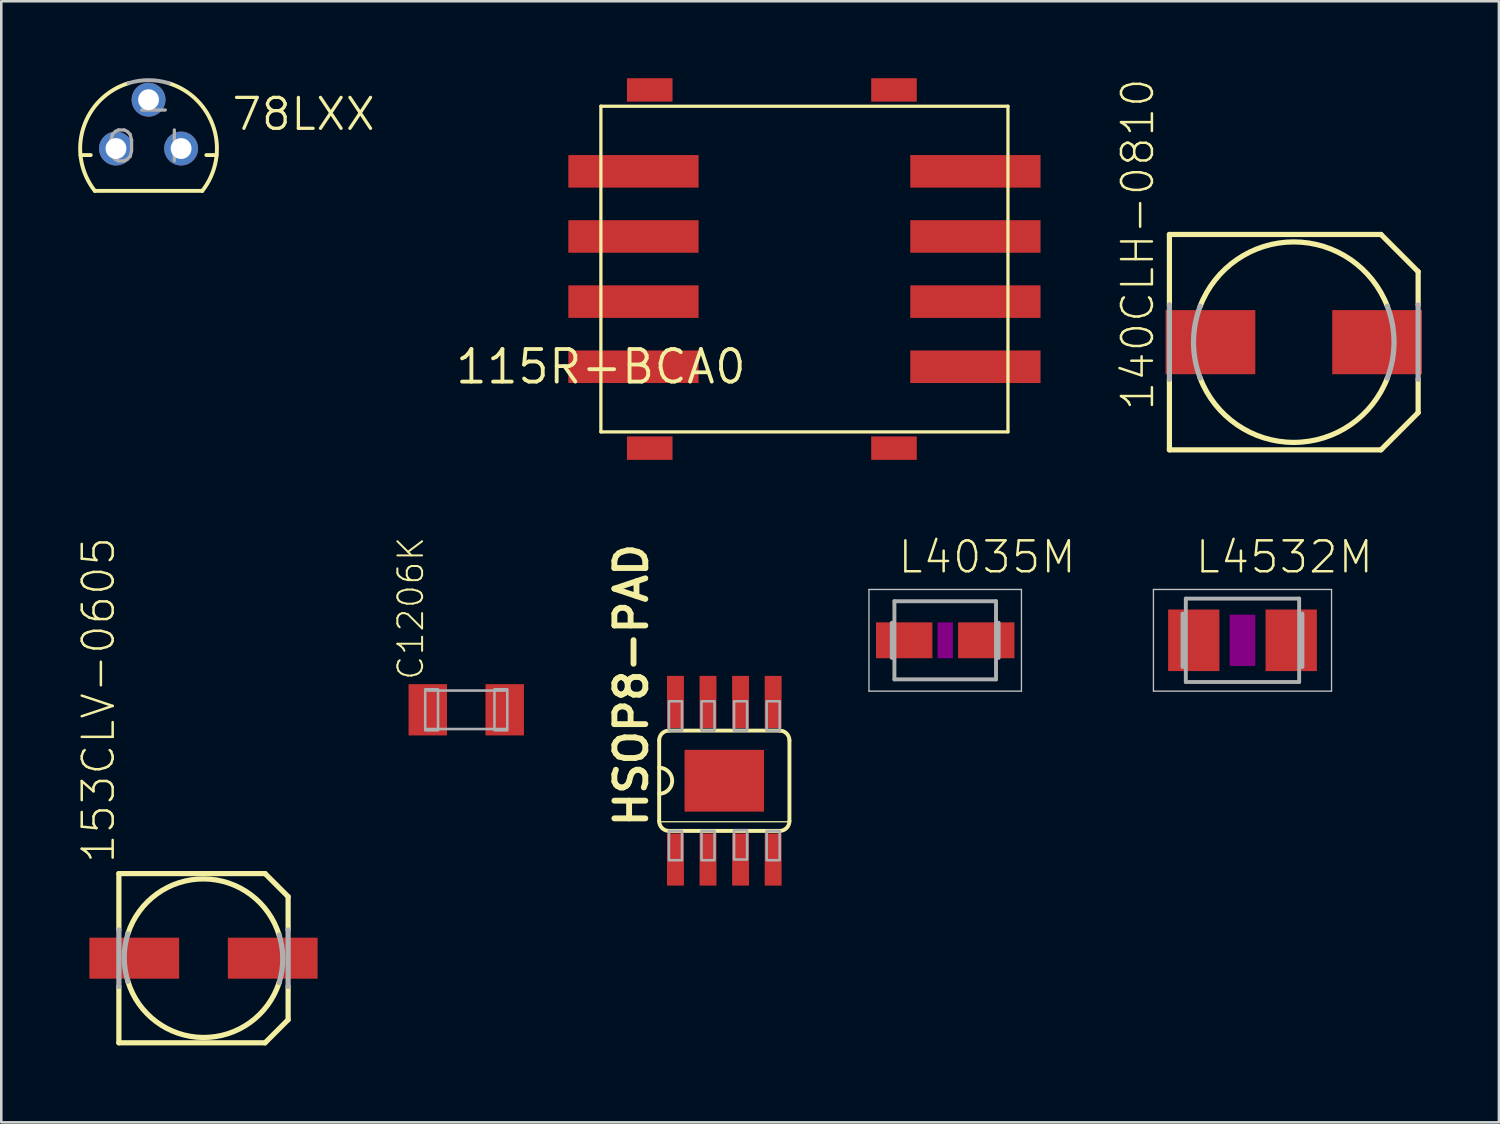
<source format=kicad_pcb>
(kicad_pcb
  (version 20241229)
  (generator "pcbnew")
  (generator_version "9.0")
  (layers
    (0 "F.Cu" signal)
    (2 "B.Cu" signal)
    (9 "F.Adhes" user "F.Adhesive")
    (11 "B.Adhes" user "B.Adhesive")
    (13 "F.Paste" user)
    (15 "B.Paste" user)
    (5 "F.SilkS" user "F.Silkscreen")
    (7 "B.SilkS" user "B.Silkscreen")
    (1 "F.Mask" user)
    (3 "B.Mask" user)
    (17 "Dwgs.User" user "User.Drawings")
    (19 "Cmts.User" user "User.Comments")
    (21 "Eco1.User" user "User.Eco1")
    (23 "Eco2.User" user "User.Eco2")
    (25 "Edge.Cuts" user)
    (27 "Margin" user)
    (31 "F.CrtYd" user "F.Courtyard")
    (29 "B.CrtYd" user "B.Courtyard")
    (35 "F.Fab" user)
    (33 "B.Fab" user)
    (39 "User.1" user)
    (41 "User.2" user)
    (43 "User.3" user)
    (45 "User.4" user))
  (footprint "115R-BCA0"
    (layer "F.Cu")
    (at 20.383 11.252)
    (property "Reference" "115R-BCA0" (at 0 0 0) (layer "F.SilkS") (effects (font (size 1.27 1.27) (thickness 0.15))))
    (attr through_hole)
    (fp_line (start 0 -10.16) (end 0 2.54) (stroke (width 0.127) (type solid)) (layer "F.SilkS"))
    (fp_line (start 0 2.54) (end 15.875 2.54) (stroke (width 0.127) (type solid)) (layer "F.SilkS"))
    (fp_line (start 15.875 -10.16) (end 0 -10.16) (stroke (width 0.127) (type solid)) (layer "F.SilkS"))
    (fp_line (start 15.875 2.54) (end 15.875 -10.16) (stroke (width 0.127) (type solid)) (layer "F.SilkS"))
    (pad "C1" smd rect (at 1.27 0) (size 5.08 1.27) (layers "F.Cu" "F.Mask" "F.Paste"))
    (pad "C2" smd rect (at 1.27 -2.54) (size 5.08 1.27) (layers "F.Cu" "F.Mask" "F.Paste"))
    (pad "C3" smd rect (at 1.27 -5.08) (size 5.08 1.27) (layers "F.Cu" "F.Mask" "F.Paste"))
    (pad "C4" smd rect (at 1.27 -7.62) (size 5.08 1.27) (layers "F.Cu" "F.Mask" "F.Paste"))
    (pad "C5" smd rect (at 14.605 0) (size 5.08 1.27) (layers "F.Cu" "F.Mask" "F.Paste"))
    (pad "C6" smd rect (at 14.605 -2.54) (size 5.08 1.27) (layers "F.Cu" "F.Mask" "F.Paste"))
    (pad "C7" smd rect (at 14.605 -5.08) (size 5.08 1.27) (layers "F.Cu" "F.Mask" "F.Paste"))
    (pad "C8" smd rect (at 14.605 -7.62) (size 5.08 1.27) (layers "F.Cu" "F.Mask" "F.Paste"))
    (pad "P$1" smd rect (at 1.905 -10.795) (size 1.778 0.914) (layers "F.Cu" "F.Mask" "F.Paste"))
    (pad "P$2" smd rect (at 1.905 3.175) (size 1.778 0.914) (layers "F.Cu" "F.Mask" "F.Paste"))
    (pad "P$3" smd rect (at 11.43 3.175) (size 1.778 0.914) (layers "F.Cu" "F.Mask" "F.Paste"))
    (pad "P$4" smd rect (at 11.43 -10.795) (size 1.778 0.914) (layers "F.Cu" "F.Mask" "F.Paste")))
  (footprint "78LXX"
    (layer "F.Cu")
    (at 2.743 2.743)
    (property "Reference" "78LXX" (at 3.175 -0.635 0) (layer "F.SilkS") (effects (font (size 1.206 1.206) (thickness 0.127)) (justify left bottom)))
    (attr through_hole)
    (fp_line (start -2.655 0.254) (end -2.254 0.254) (stroke (width 0.152) (type solid)) (layer "F.SilkS"))
    (fp_line (start -2.095 1.651) (end 2.095 1.651) (stroke (width 0.152) (type solid)) (layer "F.SilkS"))
    (fp_line (start 2.254 0.254) (end 2.655 0.254) (stroke (width 0.152) (type solid)) (layer "F.SilkS"))
    (fp_arc (start -2.0946 1.651) (mid -2.54634 -0.793276) (end -0.786301 -2.548501) (stroke (width 0.1524) (type solid)) (layer "F.SilkS"))
    (fp_arc (start 0.7868 -2.5484) (mid 2.54677 -0.793202) (end 2.095 1.650999) (stroke (width 0.1524) (type solid)) (layer "F.SilkS"))
    (fp_arc (start -0.7863 -2.5485) (mid 0 -2.667043) (end 0.7863 -2.5485) (stroke (width 0.1524) (type solid)) (layer "F.Fab"))
    (fp_text user "O" (at -1.778 0.635 0) (layer "F.Fab") (effects (font (size 1.206 1.206) (thickness 0.127)) (justify left bottom)))
    (fp_text user "I" (at 0.635 0.635 0) (layer "F.Fab") (effects (font (size 1.206 1.206) (thickness 0.127)) (justify left bottom)))
    (fp_text user "-" (at -0.635 -0.889 0) (layer "F.Fab") (effects (font (size 1.206 1.206) (thickness 0.127)) (justify left bottom)))
    (pad "GND" thru_hole circle (at 0 -1.905) (size 1.321 1.321) (drill 0.813) (layers "*.Cu" "*.Mask"))
    (pad "IN" thru_hole circle (at 1.27 0) (size 1.321 1.321) (drill 0.813) (layers "*.Cu" "*.Mask"))
    (pad "OUT" thru_hole circle (at -1.27 0) (size 1.321 1.321) (drill 0.813) (layers "*.Cu" "*.Mask")))
  (footprint "140CLH-0810"
    (layer "F.Cu")
    (at 47.404 10.293)
    (property "Reference" "140CLH-0810" (at -5.38 2.74 90) (layer "F.SilkS") (effects (font (size 1.206 1.206) (thickness 0.097)) (justify left bottom)))
    (attr through_hole)
    (fp_line (start -4.85 -4.2) (end 3.4 -4.2) (stroke (width 0.203) (type solid)) (layer "F.SilkS"))
    (fp_line (start -4.85 -1.45) (end -4.85 -4.2) (stroke (width 0.203) (type solid)) (layer "F.SilkS"))
    (fp_line (start -4.85 4.2) (end -4.85 1.45) (stroke (width 0.203) (type solid)) (layer "F.SilkS"))
    (fp_line (start 3.4 4.2) (end -4.85 4.2) (stroke (width 0.203) (type solid)) (layer "F.SilkS"))
    (fp_line (start 4.85 -2.75) (end 3.4 -4.2) (stroke (width 0.203) (type solid)) (layer "F.SilkS"))
    (fp_line (start 4.85 -2.75) (end 4.85 -1.45) (stroke (width 0.203) (type solid)) (layer "F.SilkS"))
    (fp_line (start 4.85 1.45) (end 4.85 2.75) (stroke (width 0.203) (type solid)) (layer "F.SilkS"))
    (fp_line (start 4.85 2.75) (end 3.4 4.2) (stroke (width 0.203) (type solid)) (layer "F.SilkS"))
    (fp_arc (start -3.65 -1.4) (mid 0 -3.909284) (end 3.65 -1.4) (stroke (width 0.2032) (type solid)) (layer "F.SilkS"))
    (fp_arc (start 3.65 1.4) (mid 0 3.909284) (end -3.65 1.4) (stroke (width 0.2032) (type solid)) (layer "F.SilkS"))
    (fp_line (start -4.85 1.45) (end -4.85 -1.45) (stroke (width 0.203) (type solid)) (layer "F.Fab"))
    (fp_line (start 4.85 -1.45) (end 4.85 1.45) (stroke (width 0.203) (type solid)) (layer "F.Fab"))
    (fp_arc (start -3.65 1.4) (mid -3.909284 0) (end -3.65 -1.4) (stroke (width 0.2032) (type solid)) (layer "F.Fab"))
    (fp_arc (start 3.65 -1.4) (mid 3.909284 0) (end 3.65 1.4) (stroke (width 0.2032) (type solid)) (layer "F.Fab"))
    (pad "+" smd rect (at 3.25 0) (size 3.5 2.5) (layers "F.Cu" "F.Mask" "F.Paste"))
    (pad "-" smd rect (at -3.25 0) (size 3.5 2.5) (layers "F.Cu" "F.Mask" "F.Paste")))
  (footprint "L4035M"
    (layer "F.Cu")
    (at 33.811 21.92)
    (property "Reference" "L4035M" (at -1.905 -2.54 180) (layer "F.SilkS") (effects (font (size 1.206 1.206) (thickness 0.097)) (justify left bottom)))
    (attr through_hole)
    (fp_poly (pts (xy -0.3 0.7) (xy 0.3 0.7) (xy 0.3 -0.7) (xy -0.3 -0.7)) (stroke (width 0) (type solid)) (fill yes) (layer "F.Adhes"))
    (fp_line (start -2.973 -1.983) (end 2.973 -1.983) (stroke (width 0.051) (type solid)) (layer "Dwgs.User"))
    (fp_line (start -2.973 1.983) (end -2.973 -1.983) (stroke (width 0.051) (type solid)) (layer "Dwgs.User"))
    (fp_line (start 2.973 -1.983) (end 2.973 1.983) (stroke (width 0.051) (type solid)) (layer "Dwgs.User"))
    (fp_line (start 2.973 1.983) (end -2.973 1.983) (stroke (width 0.051) (type solid)) (layer "Dwgs.User"))
    (fp_line (start -2.083 -0.686) (end -2.083 0.686) (stroke (width 0.152) (type solid)) (layer "F.Fab"))
    (fp_line (start -1.981 -1.524) (end -1.981 1.524) (stroke (width 0.152) (type solid)) (layer "F.Fab"))
    (fp_line (start -1.981 1.524) (end 1.981 1.524) (stroke (width 0.152) (type solid)) (layer "F.Fab"))
    (fp_line (start 1.981 -1.524) (end -1.981 -1.524) (stroke (width 0.152) (type solid)) (layer "F.Fab"))
    (fp_line (start 1.981 1.524) (end 1.981 -1.524) (stroke (width 0.152) (type solid)) (layer "F.Fab"))
    (fp_line (start 2.083 -0.686) (end 2.083 0.686) (stroke (width 0.152) (type solid)) (layer "F.Fab"))
    (pad "1" smd rect (at -1.6 0) (size 2.2 1.4) (layers "F.Cu" "F.Mask" "F.Paste"))
    (pad "2" smd rect (at 1.6 0) (size 2.2 1.4) (layers "F.Cu" "F.Mask" "F.Paste")))
  (footprint "C1206K"
    (layer "F.Cu")
    (at 15.133 24.63)
    (property "Reference" "C1206K" (at -1.6 -1.1 90) (layer "F.SilkS") (effects (font (size 0.965 0.965) (thickness 0.077)) (justify left bottom)))
    (attr through_hole)
    (fp_line (start -1.525 -0.75) (end 1.525 -0.75) (stroke (width 0.102) (type solid)) (layer "F.Fab"))
    (fp_line (start 1.525 0.75) (end -1.525 0.75) (stroke (width 0.102) (type solid)) (layer "F.Fab"))
    (fp_poly (pts (xy -1.6 0.8) (xy -1.1 0.8) (xy -1.1 -0.8) (xy -1.6 -0.8)) (stroke (width 0.1) (type solid)) (fill no) (layer "F.Fab"))
    (fp_poly (pts (xy 1.1 0.8) (xy 1.6 0.8) (xy 1.6 -0.8) (xy 1.1 -0.8)) (stroke (width 0.1) (type solid)) (fill no) (layer "F.Fab"))
    (pad "1" smd rect (at -1.5 0) (size 1.5 2) (layers "F.Cu" "F.Mask" "F.Paste"))
    (pad "2" smd rect (at 1.5 0) (size 1.5 2) (layers "F.Cu" "F.Mask" "F.Paste")))
  (footprint "L4532M"
    (layer "F.Cu")
    (at 45.404 21.92)
    (property "Reference" "L4532M" (at -1.905 -2.54 0) (layer "F.SilkS") (effects (font (size 1.206 1.206) (thickness 0.097)) (justify left bottom)))
    (attr through_hole)
    (fp_poly (pts (xy -0.5 1) (xy 0.5 1) (xy 0.5 -1) (xy -0.5 -1)) (stroke (width 0) (type solid)) (fill yes) (layer "F.Adhes"))
    (fp_line (start -3.473 -1.983) (end 3.473 -1.983) (stroke (width 0.051) (type solid)) (layer "Dwgs.User"))
    (fp_line (start -3.473 1.983) (end -3.473 -1.983) (stroke (width 0.051) (type solid)) (layer "Dwgs.User"))
    (fp_line (start 3.473 -1.983) (end 3.473 1.983) (stroke (width 0.051) (type solid)) (layer "Dwgs.User"))
    (fp_line (start 3.473 1.983) (end -3.473 1.983) (stroke (width 0.051) (type solid)) (layer "Dwgs.User"))
    (fp_line (start -2.337 -1.041) (end -2.337 1.041) (stroke (width 0.152) (type solid)) (layer "F.Fab"))
    (fp_line (start -2.21 -1.626) (end -2.21 1.626) (stroke (width 0.152) (type solid)) (layer "F.Fab"))
    (fp_line (start -2.21 1.626) (end 2.21 1.626) (stroke (width 0.152) (type solid)) (layer "F.Fab"))
    (fp_line (start 2.21 -1.626) (end -2.21 -1.626) (stroke (width 0.152) (type solid)) (layer "F.Fab"))
    (fp_line (start 2.21 -1.626) (end 2.21 1.626) (stroke (width 0.152) (type solid)) (layer "F.Fab"))
    (fp_line (start 2.337 -1.041) (end 2.337 1.041) (stroke (width 0.152) (type solid)) (layer "F.Fab"))
    (pad "1" smd rect (at -1.9 0) (size 2 2.4) (layers "F.Cu" "F.Mask" "F.Paste"))
    (pad "2" smd rect (at 1.9 0) (size 2 2.4) (layers "F.Cu" "F.Mask" "F.Paste")))
  (footprint "153CLV-0605"
    (layer "F.Cu")
    (at 4.886 34.317)
    (property "Reference" "153CLV-0605" (at -3.39 -3.63 270) (layer "F.SilkS") (effects (font (size 1.206 1.206) (thickness 0.097)) (justify left bottom)))
    (attr through_hole)
    (fp_line (start -3.3 -3.3) (end 2.4 -3.3) (stroke (width 0.203) (type solid)) (layer "F.SilkS"))
    (fp_line (start -3.3 -1.1) (end -3.3 -3.3) (stroke (width 0.203) (type solid)) (layer "F.SilkS"))
    (fp_line (start -3.3 3.3) (end -3.3 1.1) (stroke (width 0.203) (type solid)) (layer "F.SilkS"))
    (fp_line (start 2.4 -3.3) (end 3.3 -2.4) (stroke (width 0.203) (type solid)) (layer "F.SilkS"))
    (fp_line (start 2.4 3.3) (end -3.3 3.3) (stroke (width 0.203) (type solid)) (layer "F.SilkS"))
    (fp_line (start 3.3 -2.4) (end 3.3 -1.1) (stroke (width 0.203) (type solid)) (layer "F.SilkS"))
    (fp_line (start 3.3 1.1) (end 3.3 2.4) (stroke (width 0.203) (type solid)) (layer "F.SilkS"))
    (fp_line (start 3.3 2.4) (end 2.4 3.3) (stroke (width 0.203) (type solid)) (layer "F.SilkS"))
    (fp_arc (start -2.95 -0.95) (mid 0.018362 -3.091623) (end 2.950002 -0.900001) (stroke (width 0.2032) (type solid)) (layer "F.SilkS"))
    (fp_arc (start 2.949998 0.949999) (mid -0.018362 3.09162) (end -2.95 0.9) (stroke (width 0.2032) (type solid)) (layer "F.SilkS"))
    (fp_line (start -3.3 1.1) (end -3.3 -1.1) (stroke (width 0.203) (type solid)) (layer "F.Fab"))
    (fp_line (start 3.3 -1.1) (end 3.3 1.1) (stroke (width 0.203) (type solid)) (layer "F.Fab"))
    (fp_arc (start -2.95 0.9) (mid -3.091622 -0.025) (end -2.95 -0.95) (stroke (width 0.2032) (type solid)) (layer "F.Fab"))
    (fp_arc (start 2.95 -0.9) (mid 3.091622 0.025) (end 2.95 0.95) (stroke (width 0.2032) (type solid)) (layer "F.Fab"))
    (pad "+" smd rect (at 2.7 0) (size 3.5 1.6) (layers "F.Cu" "F.Mask" "F.Paste"))
    (pad "-" smd rect (at -2.7 0) (size 3.5 1.6) (layers "F.Cu" "F.Mask" "F.Paste")))
  (footprint "HSOP8-PAD"
    (layer "F.Cu")
    (at 25.196 27.397)
    (property "Reference" "HSOP8-PAD" (at -2.921 1.905 90) (layer "F.SilkS") (effects (font (size 1.206 1.206) (thickness 0.229)) (justify left bottom)))
    (attr through_hole)
    (fp_line (start -2.54 -1.575) (end -2.54 1.575) (stroke (width 0.152) (type solid)) (layer "F.SilkS"))
    (fp_line (start -2.54 1.6) (end 2.54 1.6) (stroke (width 0.051) (type solid)) (layer "F.SilkS"))
    (fp_line (start -2.159 1.956) (end 2.159 1.956) (stroke (width 0.152) (type solid)) (layer "F.SilkS"))
    (fp_line (start 2.159 -1.956) (end -2.159 -1.956) (stroke (width 0.152) (type solid)) (layer "F.SilkS"))
    (fp_line (start 2.54 1.575) (end 2.54 -1.575) (stroke (width 0.152) (type solid)) (layer "F.SilkS"))
    (fp_arc (start -2.54 -1.5748) (mid -2.428408 -1.844208) (end -2.159 -1.9558) (stroke (width 0.1524) (type solid)) (layer "F.SilkS"))
    (fp_arc (start -2.54 -0.508) (mid -2.032 0) (end -2.54 0.508) (stroke (width 0.1524) (type solid)) (layer "F.SilkS"))
    (fp_arc (start -2.159 1.9558) (mid -2.428408 1.844208) (end -2.54 1.5748) (stroke (width 0.1524) (type solid)) (layer "F.SilkS"))
    (fp_arc (start 2.159 -1.9558) (mid 2.428408 -1.844208) (end 2.54 -1.5748) (stroke (width 0.1524) (type solid)) (layer "F.SilkS"))
    (fp_arc (start 2.54 1.5748) (mid 2.428408 1.844208) (end 2.159 1.9558) (stroke (width 0.1524) (type solid)) (layer "F.SilkS"))
    (fp_poly (pts (xy -2.159 -1.956) (xy -1.651 -1.956) (xy -1.651 -3.099) (xy -2.159 -3.099)) (stroke (width 0.1) (type solid)) (fill no) (layer "F.Fab"))
    (fp_poly (pts (xy -2.159 3.099) (xy -1.651 3.099) (xy -1.651 1.956) (xy -2.159 1.956)) (stroke (width 0.1) (type solid)) (fill no) (layer "F.Fab"))
    (fp_poly (pts (xy -0.889 -1.956) (xy -0.381 -1.956) (xy -0.381 -3.099) (xy -0.889 -3.099)) (stroke (width 0.1) (type solid)) (fill no) (layer "F.Fab"))
    (fp_poly (pts (xy -0.889 3.099) (xy -0.381 3.099) (xy -0.381 1.956) (xy -0.889 1.956)) (stroke (width 0.1) (type solid)) (fill no) (layer "F.Fab"))
    (fp_poly (pts (xy 0.381 -1.956) (xy 0.889 -1.956) (xy 0.889 -3.099) (xy 0.381 -3.099)) (stroke (width 0.1) (type solid)) (fill no) (layer "F.Fab"))
    (fp_poly (pts (xy 0.381 3.073) (xy 0.889 3.073) (xy 0.889 1.93) (xy 0.381 1.93)) (stroke (width 0.1) (type solid)) (fill no) (layer "F.Fab"))
    (fp_poly (pts (xy 1.651 -1.956) (xy 2.159 -1.956) (xy 2.159 -3.099) (xy 1.651 -3.099)) (stroke (width 0.1) (type solid)) (fill no) (layer "F.Fab"))
    (fp_poly (pts (xy 1.651 3.099) (xy 2.159 3.099) (xy 2.159 1.956) (xy 1.651 1.956)) (stroke (width 0.1) (type solid)) (fill no) (layer "F.Fab"))
    (pad "1" smd rect (at -1.905 3.073) (size 0.66 2.032) (layers "F.Cu" "F.Mask" "F.Paste"))
    (pad "2" smd rect (at -0.635 3.073) (size 0.66 2.032) (layers "F.Cu" "F.Mask" "F.Paste"))
    (pad "3" smd rect (at 0.635 3.073) (size 0.66 2.032) (layers "F.Cu" "F.Mask" "F.Paste"))
    (pad "4" smd rect (at 1.905 3.073) (size 0.66 2.032) (layers "F.Cu" "F.Mask" "F.Paste"))
    (pad "5" smd rect (at 1.905 -3.073) (size 0.66 2.032) (layers "F.Cu" "F.Mask" "F.Paste"))
    (pad "6" smd rect (at 0.635 -3.073) (size 0.66 2.032) (layers "F.Cu" "F.Mask" "F.Paste"))
    (pad "7" smd rect (at -0.635 -3.073) (size 0.66 2.032) (layers "F.Cu" "F.Mask" "F.Paste"))
    (pad "8" smd rect (at -1.905 -3.073) (size 0.66 2.032) (layers "F.Cu" "F.Mask" "F.Paste"))
    (pad "P" smd rect (at 0 0) (size 3.1 2.41) (layers "F.Cu" "F.Mask" "F.Paste")))
  (gr_rect
    (start -3 -3)
    (end 55.404 40.719)
    (stroke (width 0.1) (type default))
    (fill no)
    (layer "Edge.Cuts")))
</source>
